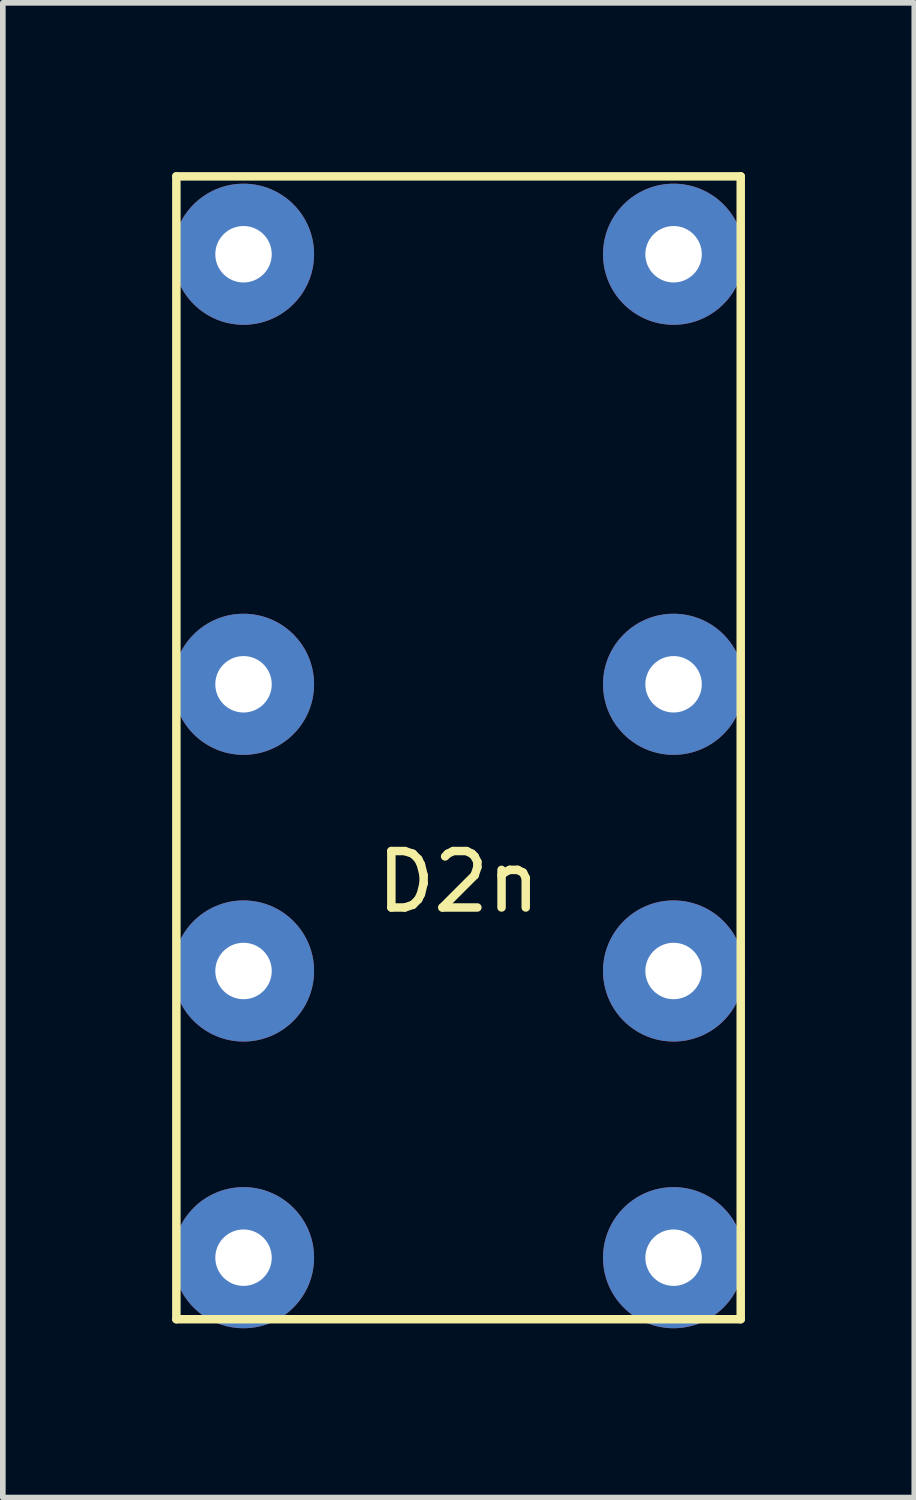
<source format=kicad_pcb>
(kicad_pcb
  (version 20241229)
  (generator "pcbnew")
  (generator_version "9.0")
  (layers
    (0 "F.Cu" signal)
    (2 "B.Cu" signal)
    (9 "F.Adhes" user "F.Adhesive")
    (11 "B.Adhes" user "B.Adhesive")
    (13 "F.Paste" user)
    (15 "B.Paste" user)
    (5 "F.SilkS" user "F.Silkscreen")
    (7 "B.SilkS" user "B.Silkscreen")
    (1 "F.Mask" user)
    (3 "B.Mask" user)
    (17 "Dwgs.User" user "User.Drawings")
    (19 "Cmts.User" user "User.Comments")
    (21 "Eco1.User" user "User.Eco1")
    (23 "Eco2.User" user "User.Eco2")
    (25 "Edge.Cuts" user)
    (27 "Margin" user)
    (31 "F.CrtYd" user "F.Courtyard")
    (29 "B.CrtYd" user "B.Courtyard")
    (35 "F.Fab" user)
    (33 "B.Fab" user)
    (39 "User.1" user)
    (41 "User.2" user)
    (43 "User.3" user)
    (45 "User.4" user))
  (footprint "D2n"
    (layer "F.Cu")
    (at 5.075 9.075)
    (property "Reference" "D2n" (at 0 3.5 0) (layer "F.SilkS") (effects (font (size 1 1) (thickness 0.15))))
    (attr through_hole)
    (fp_line (start -5 -9) (end 5 -9) (stroke (width 0.15) (type solid)) (layer "F.SilkS"))
    (fp_line (start -5 11.25) (end -5 -9) (stroke (width 0.15) (type solid)) (layer "F.SilkS"))
    (fp_line (start -5 11.25) (end 5 11.25) (stroke (width 0.15) (type solid)) (layer "F.SilkS"))
    (fp_line (start 5 11.25) (end 5 -9) (stroke (width 0.15) (type solid)) (layer "F.SilkS"))
    (pad "1" thru_hole circle (at -3.81 -7.62) (size 2.5 2.5) (drill 1) (layers "*.Cu" "*.Mask"))
    (pad "4" thru_hole circle (at -3.81 0) (size 2.5 2.5) (drill 1) (layers "*.Cu" "*.Mask"))
    (pad "6" thru_hole circle (at -3.81 5.08) (size 2.5 2.5) (drill 1) (layers "*.Cu" "*.Mask"))
    (pad "8" thru_hole circle (at -3.81 10.16) (size 2.5 2.5) (drill 1) (layers "*.Cu" "*.Mask"))
    (pad "9" thru_hole circle (at 3.81 10.16) (size 2.5 2.5) (drill 1) (layers "*.Cu" "*.Mask"))
    (pad "11" thru_hole circle (at 3.81 5.08) (size 2.5 2.5) (drill 1) (layers "*.Cu" "*.Mask"))
    (pad "13" thru_hole circle (at 3.81 0) (size 2.5 2.5) (drill 1) (layers "*.Cu" "*.Mask"))
    (pad "16" thru_hole circle (at 3.81 -7.62) (size 2.5 2.5) (drill 1) (layers "*.Cu" "*.Mask")))
  (gr_rect
    (start -3 -3)
    (end 13.15 23.485)
    (stroke (width 0.1) (type default))
    (fill no)
    (layer "Edge.Cuts")))
</source>
